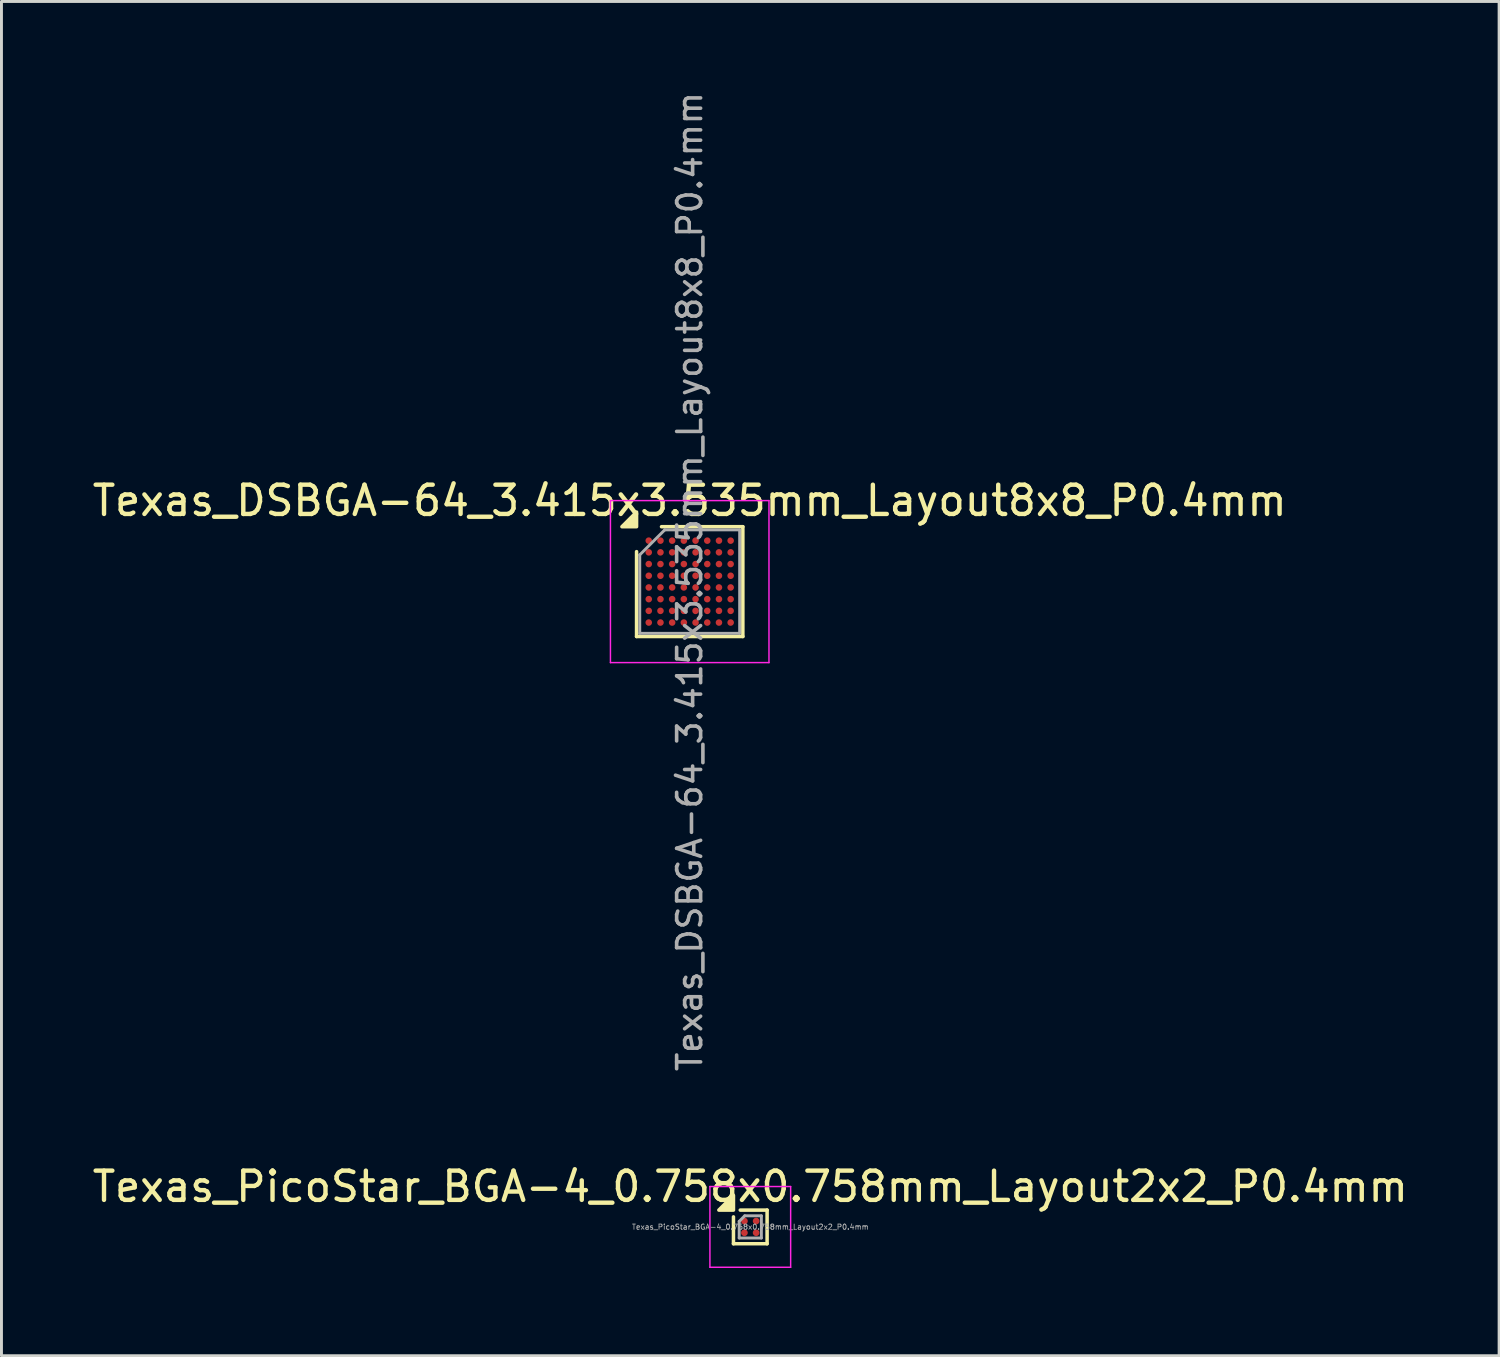
<source format=kicad_pcb>
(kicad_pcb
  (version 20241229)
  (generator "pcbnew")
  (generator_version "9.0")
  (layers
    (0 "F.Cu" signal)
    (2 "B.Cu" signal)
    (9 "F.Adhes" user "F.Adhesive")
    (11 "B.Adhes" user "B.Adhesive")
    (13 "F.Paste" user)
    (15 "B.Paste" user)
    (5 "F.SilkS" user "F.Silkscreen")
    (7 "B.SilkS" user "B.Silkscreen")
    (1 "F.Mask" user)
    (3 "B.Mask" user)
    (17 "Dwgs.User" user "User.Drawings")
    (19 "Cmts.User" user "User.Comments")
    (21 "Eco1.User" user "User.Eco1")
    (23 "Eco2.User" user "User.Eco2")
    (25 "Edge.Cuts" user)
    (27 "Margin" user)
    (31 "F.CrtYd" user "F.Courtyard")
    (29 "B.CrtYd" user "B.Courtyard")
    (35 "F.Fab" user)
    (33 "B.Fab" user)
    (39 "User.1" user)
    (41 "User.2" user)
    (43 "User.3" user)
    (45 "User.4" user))
  (footprint "Texas_PicoStar_BGA-4_0.758x0.758mm_Layout2x2_P0.4mm"
    (layer "F.Cu")
    (at 22.601 38.896)
    (property "Reference" "Texas_PicoStar_BGA-4_0.758x0.758mm_Layout2x2_P0.4mm" (at 0 -1.379 0) (layer "F.SilkS") (effects (font (size 1 1) (thickness 0.15))))
    (attr smd)
    (fp_line (start -0.575 0.575) (end -0.575 -0.343) (stroke (width 0.12) (type solid)) (layer "F.SilkS"))
    (fp_line (start -0.343 -0.575) (end 0.575 -0.575) (stroke (width 0.12) (type solid)) (layer "F.SilkS"))
    (fp_line (start 0.575 -0.575) (end 0.575 0.575) (stroke (width 0.12) (type solid)) (layer "F.SilkS"))
    (fp_line (start 0.575 0.575) (end -0.575 0.575) (stroke (width 0.12) (type solid)) (layer "F.SilkS"))
    (fp_poly (pts (xy -0.575 -0.575) (xy -1.075 -0.575) (xy -0.575 -1.075) (xy -0.575 -0.575)) (stroke (width 0.12) (type solid)) (fill yes) (layer "F.SilkS"))
    (fp_line (start -1.38 -1.38) (end -1.38 1.38) (stroke (width 0.05) (type solid)) (layer "F.CrtYd"))
    (fp_line (start -1.38 1.38) (end 1.38 1.38) (stroke (width 0.05) (type solid)) (layer "F.CrtYd"))
    (fp_line (start 1.38 -1.38) (end -1.38 -1.38) (stroke (width 0.05) (type solid)) (layer "F.CrtYd"))
    (fp_line (start 1.38 1.38) (end 1.38 -1.38) (stroke (width 0.05) (type solid)) (layer "F.CrtYd"))
    (fp_line (start -0.379 -0.19) (end -0.19 -0.379) (stroke (width 0.1) (type solid)) (layer "F.Fab"))
    (fp_line (start -0.379 0.379) (end -0.379 -0.19) (stroke (width 0.1) (type solid)) (layer "F.Fab"))
    (fp_line (start -0.19 -0.379) (end 0.379 -0.379) (stroke (width 0.1) (type solid)) (layer "F.Fab"))
    (fp_line (start 0.379 -0.379) (end 0.379 0.379) (stroke (width 0.1) (type solid)) (layer "F.Fab"))
    (fp_line (start 0.379 0.379) (end -0.379 0.379) (stroke (width 0.1) (type solid)) (layer "F.Fab"))
    (fp_text user "${REFERENCE}" (at 0 0 0) (layer "F.Fab") (effects (font (size 0.18 0.18) (thickness 0.027))))
    (pad "A1" smd circle (at -0.2 -0.2) (size 0.23 0.23) (property pad_prop_bga) (layers "F.Cu" "F.Mask" "F.Paste"))
    (pad "A2" smd circle (at 0.2 -0.2) (size 0.23 0.23) (property pad_prop_bga) (layers "F.Cu" "F.Mask" "F.Paste"))
    (pad "B1" smd circle (at -0.2 0.2) (size 0.23 0.23) (property pad_prop_bga) (layers "F.Cu" "F.Mask" "F.Paste"))
    (pad "B2" smd circle (at 0.2 0.2) (size 0.23 0.23) (property pad_prop_bga) (layers "F.Cu" "F.Mask" "F.Paste")))
  (footprint "Texas_DSBGA-64_3.415x3.535mm_Layout8x8_P0.4mm"
    (layer "F.Cu")
    (at 20.53 16.834)
    (property "Reference" "Texas_DSBGA-64_3.415x3.535mm_Layout8x8_P0.4mm" (at 0 -2.768 0) (layer "F.SilkS") (effects (font (size 1 1) (thickness 0.15))))
    (attr smd)
    (fp_line (start -1.817 1.877) (end -1.817 -1.024) (stroke (width 0.12) (type solid)) (layer "F.SilkS"))
    (fp_line (start -0.964 -1.877) (end 1.817 -1.877) (stroke (width 0.12) (type solid)) (layer "F.SilkS"))
    (fp_line (start 1.817 -1.877) (end 1.817 1.877) (stroke (width 0.12) (type solid)) (layer "F.SilkS"))
    (fp_line (start 1.817 1.877) (end -1.817 1.877) (stroke (width 0.12) (type solid)) (layer "F.SilkS"))
    (fp_poly (pts (xy -1.817 -1.877) (xy -2.317 -1.877) (xy -1.817 -2.377) (xy -1.817 -1.877)) (stroke (width 0.12) (type solid)) (fill yes) (layer "F.SilkS"))
    (fp_line (start -2.71 -2.77) (end -2.71 2.77) (stroke (width 0.05) (type solid)) (layer "F.CrtYd"))
    (fp_line (start -2.71 2.77) (end 2.71 2.77) (stroke (width 0.05) (type solid)) (layer "F.CrtYd"))
    (fp_line (start 2.71 -2.77) (end -2.71 -2.77) (stroke (width 0.05) (type solid)) (layer "F.CrtYd"))
    (fp_line (start 2.71 2.77) (end 2.71 -2.77) (stroke (width 0.05) (type solid)) (layer "F.CrtYd"))
    (fp_line (start -1.708 -0.914) (end -0.854 -1.768) (stroke (width 0.1) (type solid)) (layer "F.Fab"))
    (fp_line (start -1.708 1.768) (end -1.708 -0.914) (stroke (width 0.1) (type solid)) (layer "F.Fab"))
    (fp_line (start -0.854 -1.768) (end 1.708 -1.768) (stroke (width 0.1) (type solid)) (layer "F.Fab"))
    (fp_line (start 1.708 -1.768) (end 1.708 1.768) (stroke (width 0.1) (type solid)) (layer "F.Fab"))
    (fp_line (start 1.708 1.768) (end -1.708 1.768) (stroke (width 0.1) (type solid)) (layer "F.Fab"))
    (fp_text user "${REFERENCE}" (at 0 0 270) (layer "F.Fab") (effects (font (size 0.82 0.82) (thickness 0.123))))
    (pad "A1" smd circle (at -1.4 -1.4) (size 0.225 0.225) (property pad_prop_bga) (layers "F.Cu" "F.Mask" "F.Paste"))
    (pad "A2" smd circle (at -1 -1.4) (size 0.225 0.225) (property pad_prop_bga) (layers "F.Cu" "F.Mask" "F.Paste"))
    (pad "A3" smd circle (at -0.6 -1.4) (size 0.225 0.225) (property pad_prop_bga) (layers "F.Cu" "F.Mask" "F.Paste"))
    (pad "A4" smd circle (at -0.2 -1.4) (size 0.225 0.225) (property pad_prop_bga) (layers "F.Cu" "F.Mask" "F.Paste"))
    (pad "A5" smd circle (at 0.2 -1.4) (size 0.225 0.225) (property pad_prop_bga) (layers "F.Cu" "F.Mask" "F.Paste"))
    (pad "A6" smd circle (at 0.6 -1.4) (size 0.225 0.225) (property pad_prop_bga) (layers "F.Cu" "F.Mask" "F.Paste"))
    (pad "A7" smd circle (at 1 -1.4) (size 0.225 0.225) (property pad_prop_bga) (layers "F.Cu" "F.Mask" "F.Paste"))
    (pad "A8" smd circle (at 1.4 -1.4) (size 0.225 0.225) (property pad_prop_bga) (layers "F.Cu" "F.Mask" "F.Paste"))
    (pad "B1" smd circle (at -1.4 -1) (size 0.225 0.225) (property pad_prop_bga) (layers "F.Cu" "F.Mask" "F.Paste"))
    (pad "B2" smd circle (at -1 -1) (size 0.225 0.225) (property pad_prop_bga) (layers "F.Cu" "F.Mask" "F.Paste"))
    (pad "B3" smd circle (at -0.6 -1) (size 0.225 0.225) (property pad_prop_bga) (layers "F.Cu" "F.Mask" "F.Paste"))
    (pad "B4" smd circle (at -0.2 -1) (size 0.225 0.225) (property pad_prop_bga) (layers "F.Cu" "F.Mask" "F.Paste"))
    (pad "B5" smd circle (at 0.2 -1) (size 0.225 0.225) (property pad_prop_bga) (layers "F.Cu" "F.Mask" "F.Paste"))
    (pad "B6" smd circle (at 0.6 -1) (size 0.225 0.225) (property pad_prop_bga) (layers "F.Cu" "F.Mask" "F.Paste"))
    (pad "B7" smd circle (at 1 -1) (size 0.225 0.225) (property pad_prop_bga) (layers "F.Cu" "F.Mask" "F.Paste"))
    (pad "B8" smd circle (at 1.4 -1) (size 0.225 0.225) (property pad_prop_bga) (layers "F.Cu" "F.Mask" "F.Paste"))
    (pad "C1" smd circle (at -1.4 -0.6) (size 0.225 0.225) (property pad_prop_bga) (layers "F.Cu" "F.Mask" "F.Paste"))
    (pad "C2" smd circle (at -1 -0.6) (size 0.225 0.225) (property pad_prop_bga) (layers "F.Cu" "F.Mask" "F.Paste"))
    (pad "C3" smd circle (at -0.6 -0.6) (size 0.225 0.225) (property pad_prop_bga) (layers "F.Cu" "F.Mask" "F.Paste"))
    (pad "C4" smd circle (at -0.2 -0.6) (size 0.225 0.225) (property pad_prop_bga) (layers "F.Cu" "F.Mask" "F.Paste"))
    (pad "C5" smd circle (at 0.2 -0.6) (size 0.225 0.225) (property pad_prop_bga) (layers "F.Cu" "F.Mask" "F.Paste"))
    (pad "C6" smd circle (at 0.6 -0.6) (size 0.225 0.225) (property pad_prop_bga) (layers "F.Cu" "F.Mask" "F.Paste"))
    (pad "C7" smd circle (at 1 -0.6) (size 0.225 0.225) (property pad_prop_bga) (layers "F.Cu" "F.Mask" "F.Paste"))
    (pad "C8" smd circle (at 1.4 -0.6) (size 0.225 0.225) (property pad_prop_bga) (layers "F.Cu" "F.Mask" "F.Paste"))
    (pad "D1" smd circle (at -1.4 -0.2) (size 0.225 0.225) (property pad_prop_bga) (layers "F.Cu" "F.Mask" "F.Paste"))
    (pad "D2" smd circle (at -1 -0.2) (size 0.225 0.225) (property pad_prop_bga) (layers "F.Cu" "F.Mask" "F.Paste"))
    (pad "D3" smd circle (at -0.6 -0.2) (size 0.225 0.225) (property pad_prop_bga) (layers "F.Cu" "F.Mask" "F.Paste"))
    (pad "D4" smd circle (at -0.2 -0.2) (size 0.225 0.225) (property pad_prop_bga) (layers "F.Cu" "F.Mask" "F.Paste"))
    (pad "D5" smd circle (at 0.2 -0.2) (size 0.225 0.225) (property pad_prop_bga) (layers "F.Cu" "F.Mask" "F.Paste"))
    (pad "D6" smd circle (at 0.6 -0.2) (size 0.225 0.225) (property pad_prop_bga) (layers "F.Cu" "F.Mask" "F.Paste"))
    (pad "D7" smd circle (at 1 -0.2) (size 0.225 0.225) (property pad_prop_bga) (layers "F.Cu" "F.Mask" "F.Paste"))
    (pad "D8" smd circle (at 1.4 -0.2) (size 0.225 0.225) (property pad_prop_bga) (layers "F.Cu" "F.Mask" "F.Paste"))
    (pad "E1" smd circle (at -1.4 0.2) (size 0.225 0.225) (property pad_prop_bga) (layers "F.Cu" "F.Mask" "F.Paste"))
    (pad "E2" smd circle (at -1 0.2) (size 0.225 0.225) (property pad_prop_bga) (layers "F.Cu" "F.Mask" "F.Paste"))
    (pad "E3" smd circle (at -0.6 0.2) (size 0.225 0.225) (property pad_prop_bga) (layers "F.Cu" "F.Mask" "F.Paste"))
    (pad "E4" smd circle (at -0.2 0.2) (size 0.225 0.225) (property pad_prop_bga) (layers "F.Cu" "F.Mask" "F.Paste"))
    (pad "E5" smd circle (at 0.2 0.2) (size 0.225 0.225) (property pad_prop_bga) (layers "F.Cu" "F.Mask" "F.Paste"))
    (pad "E6" smd circle (at 0.6 0.2) (size 0.225 0.225) (property pad_prop_bga) (layers "F.Cu" "F.Mask" "F.Paste"))
    (pad "E7" smd circle (at 1 0.2) (size 0.225 0.225) (property pad_prop_bga) (layers "F.Cu" "F.Mask" "F.Paste"))
    (pad "E8" smd circle (at 1.4 0.2) (size 0.225 0.225) (property pad_prop_bga) (layers "F.Cu" "F.Mask" "F.Paste"))
    (pad "F1" smd circle (at -1.4 0.6) (size 0.225 0.225) (property pad_prop_bga) (layers "F.Cu" "F.Mask" "F.Paste"))
    (pad "F2" smd circle (at -1 0.6) (size 0.225 0.225) (property pad_prop_bga) (layers "F.Cu" "F.Mask" "F.Paste"))
    (pad "F3" smd circle (at -0.6 0.6) (size 0.225 0.225) (property pad_prop_bga) (layers "F.Cu" "F.Mask" "F.Paste"))
    (pad "F4" smd circle (at -0.2 0.6) (size 0.225 0.225) (property pad_prop_bga) (layers "F.Cu" "F.Mask" "F.Paste"))
    (pad "F5" smd circle (at 0.2 0.6) (size 0.225 0.225) (property pad_prop_bga) (layers "F.Cu" "F.Mask" "F.Paste"))
    (pad "F6" smd circle (at 0.6 0.6) (size 0.225 0.225) (property pad_prop_bga) (layers "F.Cu" "F.Mask" "F.Paste"))
    (pad "F7" smd circle (at 1 0.6) (size 0.225 0.225) (property pad_prop_bga) (layers "F.Cu" "F.Mask" "F.Paste"))
    (pad "F8" smd circle (at 1.4 0.6) (size 0.225 0.225) (property pad_prop_bga) (layers "F.Cu" "F.Mask" "F.Paste"))
    (pad "G1" smd circle (at -1.4 1) (size 0.225 0.225) (property pad_prop_bga) (layers "F.Cu" "F.Mask" "F.Paste"))
    (pad "G2" smd circle (at -1 1) (size 0.225 0.225) (property pad_prop_bga) (layers "F.Cu" "F.Mask" "F.Paste"))
    (pad "G3" smd circle (at -0.6 1) (size 0.225 0.225) (property pad_prop_bga) (layers "F.Cu" "F.Mask" "F.Paste"))
    (pad "G4" smd circle (at -0.2 1) (size 0.225 0.225) (property pad_prop_bga) (layers "F.Cu" "F.Mask" "F.Paste"))
    (pad "G5" smd circle (at 0.2 1) (size 0.225 0.225) (property pad_prop_bga) (layers "F.Cu" "F.Mask" "F.Paste"))
    (pad "G6" smd circle (at 0.6 1) (size 0.225 0.225) (property pad_prop_bga) (layers "F.Cu" "F.Mask" "F.Paste"))
    (pad "G7" smd circle (at 1 1) (size 0.225 0.225) (property pad_prop_bga) (layers "F.Cu" "F.Mask" "F.Paste"))
    (pad "G8" smd circle (at 1.4 1) (size 0.225 0.225) (property pad_prop_bga) (layers "F.Cu" "F.Mask" "F.Paste"))
    (pad "H1" smd circle (at -1.4 1.4) (size 0.225 0.225) (property pad_prop_bga) (layers "F.Cu" "F.Mask" "F.Paste"))
    (pad "H2" smd circle (at -1 1.4) (size 0.225 0.225) (property pad_prop_bga) (layers "F.Cu" "F.Mask" "F.Paste"))
    (pad "H3" smd circle (at -0.6 1.4) (size 0.225 0.225) (property pad_prop_bga) (layers "F.Cu" "F.Mask" "F.Paste"))
    (pad "H4" smd circle (at -0.2 1.4) (size 0.225 0.225) (property pad_prop_bga) (layers "F.Cu" "F.Mask" "F.Paste"))
    (pad "H5" smd circle (at 0.2 1.4) (size 0.225 0.225) (property pad_prop_bga) (layers "F.Cu" "F.Mask" "F.Paste"))
    (pad "H6" smd circle (at 0.6 1.4) (size 0.225 0.225) (property pad_prop_bga) (layers "F.Cu" "F.Mask" "F.Paste"))
    (pad "H7" smd circle (at 1 1.4) (size 0.225 0.225) (property pad_prop_bga) (layers "F.Cu" "F.Mask" "F.Paste"))
    (pad "H8" smd circle (at 1.4 1.4) (size 0.225 0.225) (property pad_prop_bga) (layers "F.Cu" "F.Mask" "F.Paste")))
  (gr_rect
    (start -3 -3)
    (end 48.202 43.301)
    (stroke (width 0.1) (type default))
    (fill no)
    (layer "Edge.Cuts")))
</source>
